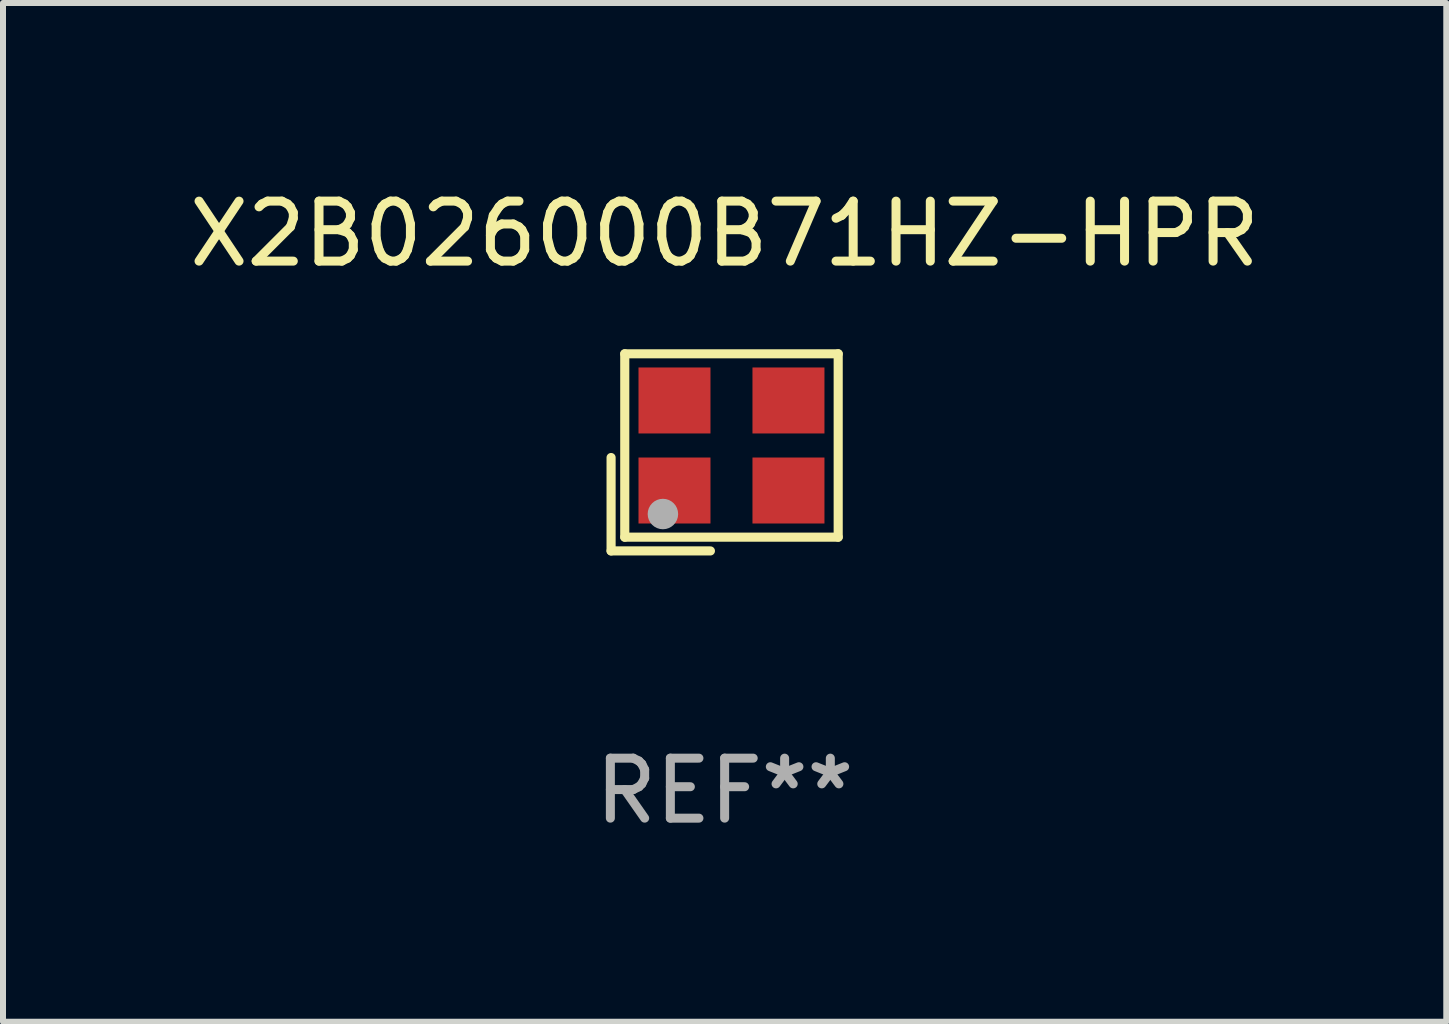
<source format=kicad_pcb>
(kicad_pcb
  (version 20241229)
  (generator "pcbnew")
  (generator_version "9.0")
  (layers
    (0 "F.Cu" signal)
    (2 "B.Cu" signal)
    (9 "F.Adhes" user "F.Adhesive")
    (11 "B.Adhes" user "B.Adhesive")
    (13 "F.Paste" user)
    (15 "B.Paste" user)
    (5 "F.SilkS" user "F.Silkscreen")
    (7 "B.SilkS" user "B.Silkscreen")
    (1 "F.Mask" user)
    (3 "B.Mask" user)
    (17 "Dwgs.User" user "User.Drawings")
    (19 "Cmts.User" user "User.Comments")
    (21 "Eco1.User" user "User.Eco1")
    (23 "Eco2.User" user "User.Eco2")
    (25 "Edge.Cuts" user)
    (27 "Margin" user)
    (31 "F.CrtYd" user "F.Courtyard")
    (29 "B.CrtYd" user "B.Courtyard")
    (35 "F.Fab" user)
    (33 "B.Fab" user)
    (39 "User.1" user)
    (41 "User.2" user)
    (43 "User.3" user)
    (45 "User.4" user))
  (footprint "X2B026000B71HZ-HPR"
    (layer "F.Cu")
    (at 9.03 4.491)
    (property "Reference" "X2B026000B71HZ-HPR" (at 0 -3.643 0) (layer "F.SilkS") (effects (font (size 1 1) (thickness 0.15))))
    (attr through_hole)
    (fp_line (start -1.893 0.086) (end -1.893 1.643) (stroke (width 0.152) (type solid)) (layer "F.SilkS"))
    (fp_line (start -1.893 1.643) (end -0.237 1.643) (stroke (width 0.152) (type solid)) (layer "F.SilkS"))
    (fp_line (start -1.665 -1.643) (end 1.893 -1.643) (stroke (width 0.152) (type solid)) (layer "F.SilkS"))
    (fp_line (start -1.665 1.414) (end -1.665 -1.643) (stroke (width 0.152) (type solid)) (layer "F.SilkS"))
    (fp_line (start 1.893 -1.643) (end 1.893 1.414) (stroke (width 0.152) (type solid)) (layer "F.SilkS"))
    (fp_line (start 1.893 1.414) (end -1.665 1.414) (stroke (width 0.152) (type solid)) (layer "F.SilkS"))
    (fp_circle (center -1.136 0.885) (end -1.106 0.885) (stroke (width 0.06) (type solid)) (fill no) (layer "F.SilkS"))
    (fp_circle (center -1.029 1.028) (end -0.902 1.028) (stroke (width 0.254) (type solid)) (fill no) (layer "F.Fab"))
    (fp_text user "REF**" (at 0 5.643 0) (layer "F.Fab") (effects (font (size 1 1) (thickness 0.15))))
    (pad "1" smd rect (at -0.836 0.636) (size 1.2 1.1) (layers "F.Cu" "F.Mask" "F.Paste"))
    (pad "2" smd rect (at 1.064 0.636) (size 1.2 1.1) (layers "F.Cu" "F.Mask" "F.Paste"))
    (pad "3" smd rect (at 1.064 -0.865) (size 1.2 1.1) (layers "F.Cu" "F.Mask" "F.Paste"))
    (pad "4" smd rect (at -0.836 -0.865) (size 1.2 1.1) (layers "F.Cu" "F.Mask" "F.Paste")))
  (gr_rect
    (start -3 -3)
    (end 21.06 13.983)
    (stroke (width 0.1) (type default))
    (fill no)
    (layer "Edge.Cuts")))
</source>
